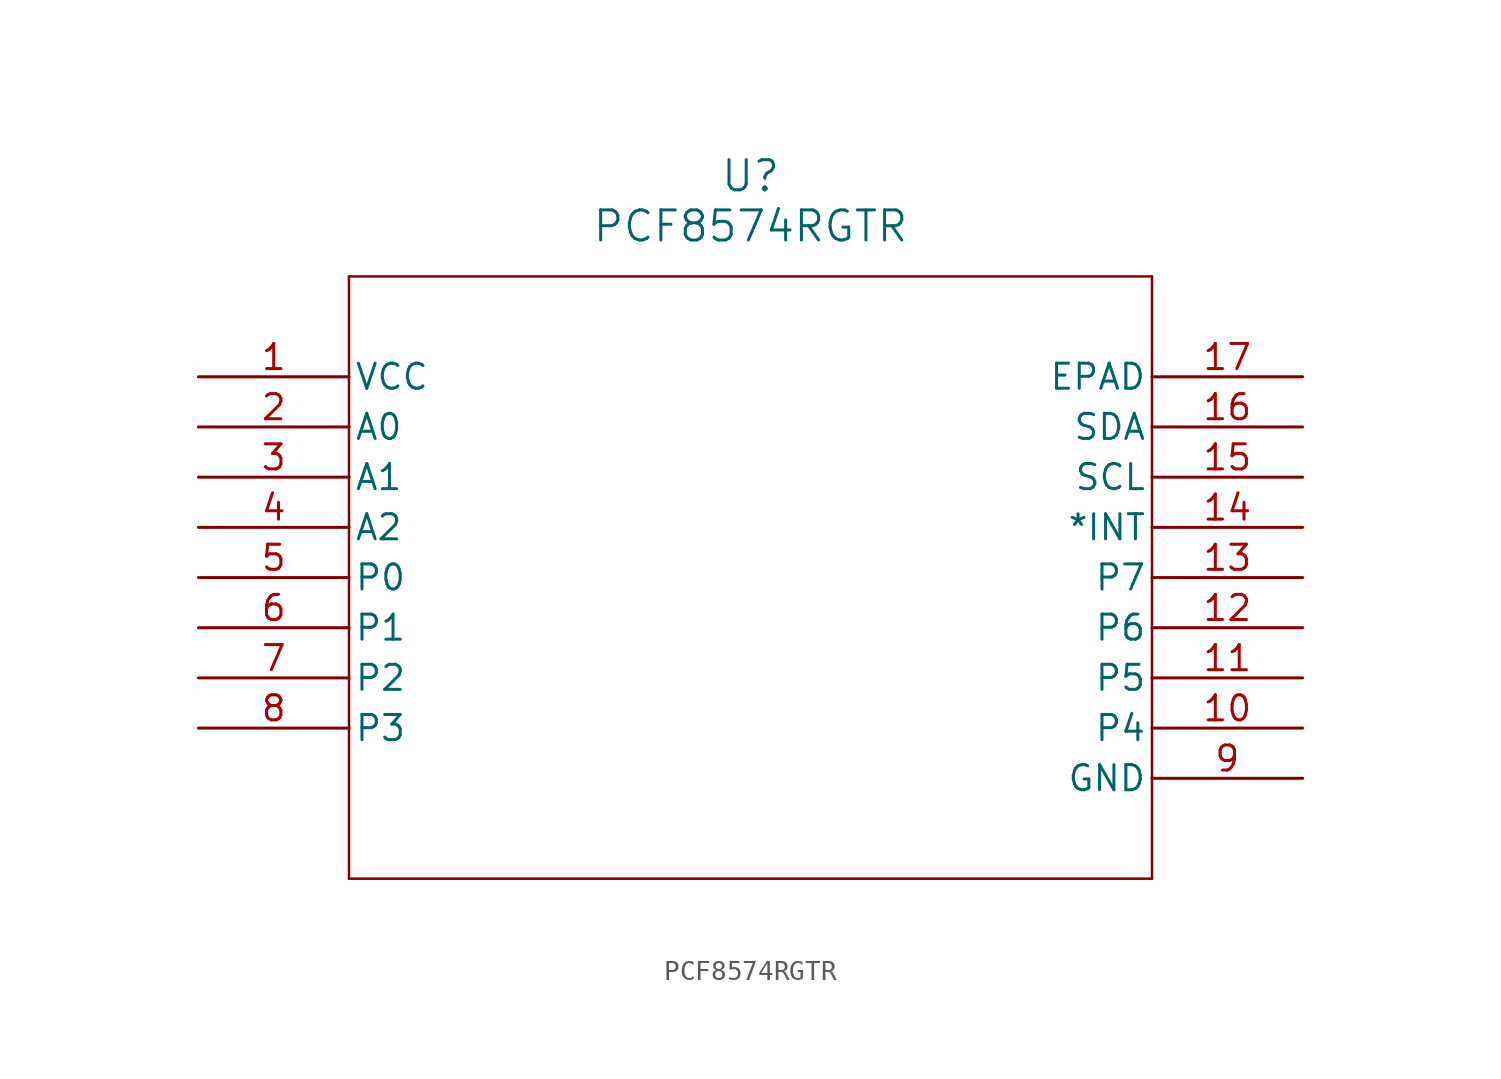
<source format=kicad_sym>
(kicad_symbol_lib
  (version 20211014)
  (generator kicad_symbol_editor)
  (symbol "PCF8574RGTR"
    (pin_names
      (offset 0.254))
    (property "Reference" "U"
      (at 27.94 10.16 0)
      (effects (font (size 1.524 1.524))))
    (property "Value" "PCF8574RGTR"
      (at 27.94 7.62 0)
      (effects (font (size 1.524 1.524))))
    (symbol "PCF8574RGTR_0_1"
      (polyline (pts (xy 7.62 5.08) (xy 7.62 -25.4)) (stroke (width 0.127) (type default) (color 0 0 0 0)) (fill (type none)))
      (polyline (pts (xy 7.62 -25.4) (xy 48.26 -25.4)) (stroke (width 0.127) (type default) (color 0 0 0 0)) (fill (type none)))
      (polyline (pts (xy 48.26 -25.4) (xy 48.26 5.08)) (stroke (width 0.127) (type default) (color 0 0 0 0)) (fill (type none)))
      (polyline (pts (xy 48.26 5.08) (xy 7.62 5.08)) (stroke (width 0.127) (type default) (color 0 0 0 0)) (fill (type none)))
      (pin power_in line (at 0 0 0) (length 7.62) (name "VCC" (effects (font (size 1.27 1.27)))) (number "1" (effects (font (size 1.27 1.27)))))
      (pin input line (at 0 -2.54 0) (length 7.62) (name "A0" (effects (font (size 1.27 1.27)))) (number "2" (effects (font (size 1.27 1.27)))))
      (pin input line (at 0 -5.08 0) (length 7.62) (name "A1" (effects (font (size 1.27 1.27)))) (number "3" (effects (font (size 1.27 1.27)))))
      (pin input line (at 0 -7.62 0) (length 7.62) (name "A2" (effects (font (size 1.27 1.27)))) (number "4" (effects (font (size 1.27 1.27)))))
      (pin bidirectional line (at 0 -10.16 0) (length 7.62) (name "P0" (effects (font (size 1.27 1.27)))) (number "5" (effects (font (size 1.27 1.27)))))
      (pin bidirectional line (at 0 -12.7 0) (length 7.62) (name "P1" (effects (font (size 1.27 1.27)))) (number "6" (effects (font (size 1.27 1.27)))))
      (pin bidirectional line (at 0 -15.24 0) (length 7.62) (name "P2" (effects (font (size 1.27 1.27)))) (number "7" (effects (font (size 1.27 1.27)))))
      (pin bidirectional line (at 0 -17.78 0) (length 7.62) (name "P3" (effects (font (size 1.27 1.27)))) (number "8" (effects (font (size 1.27 1.27)))))
      (pin power_in line (at 55.88 -20.32 180) (length 7.62) (name "GND" (effects (font (size 1.27 1.27)))) (number "9" (effects (font (size 1.27 1.27)))))
      (pin bidirectional line (at 55.88 -17.78 180) (length 7.62) (name "P4" (effects (font (size 1.27 1.27)))) (number "10" (effects (font (size 1.27 1.27)))))
      (pin bidirectional line (at 55.88 -15.24 180) (length 7.62) (name "P5" (effects (font (size 1.27 1.27)))) (number "11" (effects (font (size 1.27 1.27)))))
      (pin bidirectional line (at 55.88 -12.7 180) (length 7.62) (name "P6" (effects (font (size 1.27 1.27)))) (number "12" (effects (font (size 1.27 1.27)))))
      (pin bidirectional line (at 55.88 -10.16 180) (length 7.62) (name "P7" (effects (font (size 1.27 1.27)))) (number "13" (effects (font (size 1.27 1.27)))))
      (pin output line (at 55.88 -7.62 180) (length 7.62) (name "*INT" (effects (font (size 1.27 1.27)))) (number "14" (effects (font (size 1.27 1.27)))))
      (pin unspecified line (at 55.88 -5.08 180) (length 7.62) (name "SCL" (effects (font (size 1.27 1.27)))) (number "15" (effects (font (size 1.27 1.27)))))
      (pin unspecified line (at 55.88 -2.54 180) (length 7.62) (name "SDA" (effects (font (size 1.27 1.27)))) (number "16" (effects (font (size 1.27 1.27)))))
      (pin unspecified line (at 55.88 0 180) (length 7.62) (name "EPAD" (effects (font (size 1.27 1.27)))) (number "17" (effects (font (size 1.27 1.27))))))))
</source>
